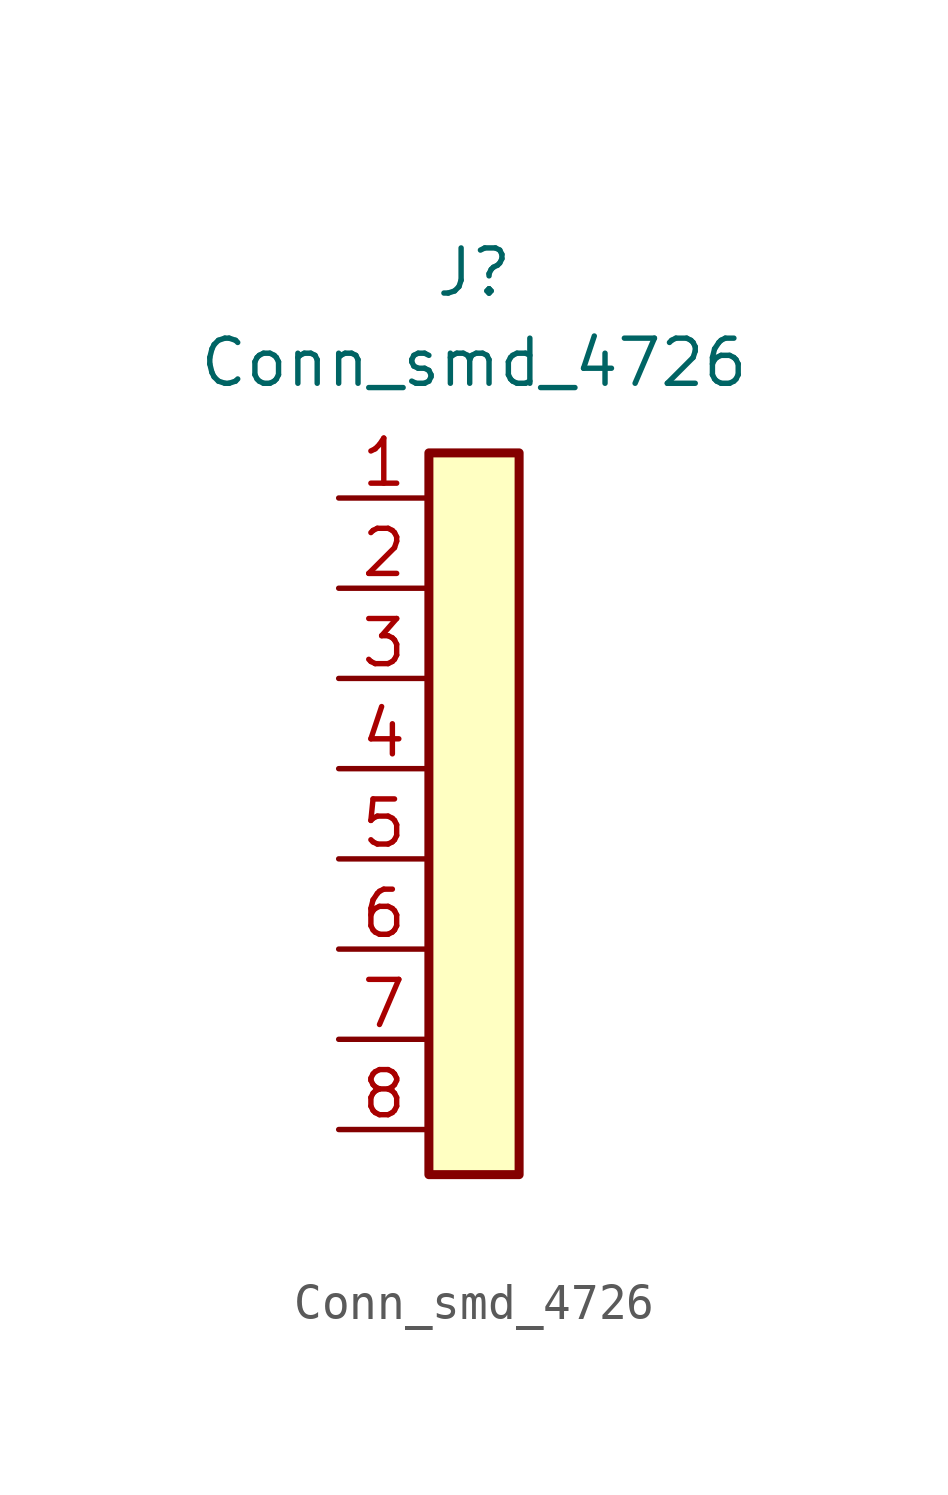
<source format=kicad_sym>
(kicad_symbol_lib
  (version 20211014)
  (generator kicad_symbol_editor)
  (symbol "Conn_smd_4726"
    (property "Reference" "J"
      (at 3.81 6.35 0)
      (effects (font (size 1.27 1.27))))
    (property "Value" "Conn_smd_4726"
      (at 3.81 3.81 0)
      (effects (font (size 1.27 1.27))))
    (symbol "Conn_smd_4726_0_1"
      (polyline (pts (xy 2.54 1.27) (xy 2.54 -19.05) (xy 5.08 -19.05) (xy 5.08 1.27) (xy 2.54 1.27)) (stroke (width 0.254) (type default) (color 0 0 0 0)) (fill (type background))))
    (symbol "Conn_smd_4726_1_1"
      (pin passive line (at 0 0 0) (length 2.54) (name "" (effects (font (size 1.27 1.27)))) (number "1" (effects (font (size 1.27 1.27)))))
      (pin passive line (at 0 -2.54 0) (length 2.54) (name "" (effects (font (size 1.27 1.27)))) (number "2" (effects (font (size 1.27 1.27)))))
      (pin passive line (at 0 -5.08 0) (length 2.54) (name "" (effects (font (size 1.27 1.27)))) (number "3" (effects (font (size 1.27 1.27)))))
      (pin passive line (at 0 -7.62 0) (length 2.54) (name "" (effects (font (size 1.27 1.27)))) (number "4" (effects (font (size 1.27 1.27)))))
      (pin passive line (at 0 -10.16 0) (length 2.54) (name "" (effects (font (size 1.27 1.27)))) (number "5" (effects (font (size 1.27 1.27)))))
      (pin passive line (at 0 -12.7 0) (length 2.54) (name "" (effects (font (size 1.27 1.27)))) (number "6" (effects (font (size 1.27 1.27)))))
      (pin passive line (at 0 -15.24 0) (length 2.54) (name "" (effects (font (size 1.27 1.27)))) (number "7" (effects (font (size 1.27 1.27)))))
      (pin passive line (at 0 -17.78 0) (length 2.54) (name "" (effects (font (size 1.27 1.27)))) (number "8" (effects (font (size 1.27 1.27))))))))
</source>
